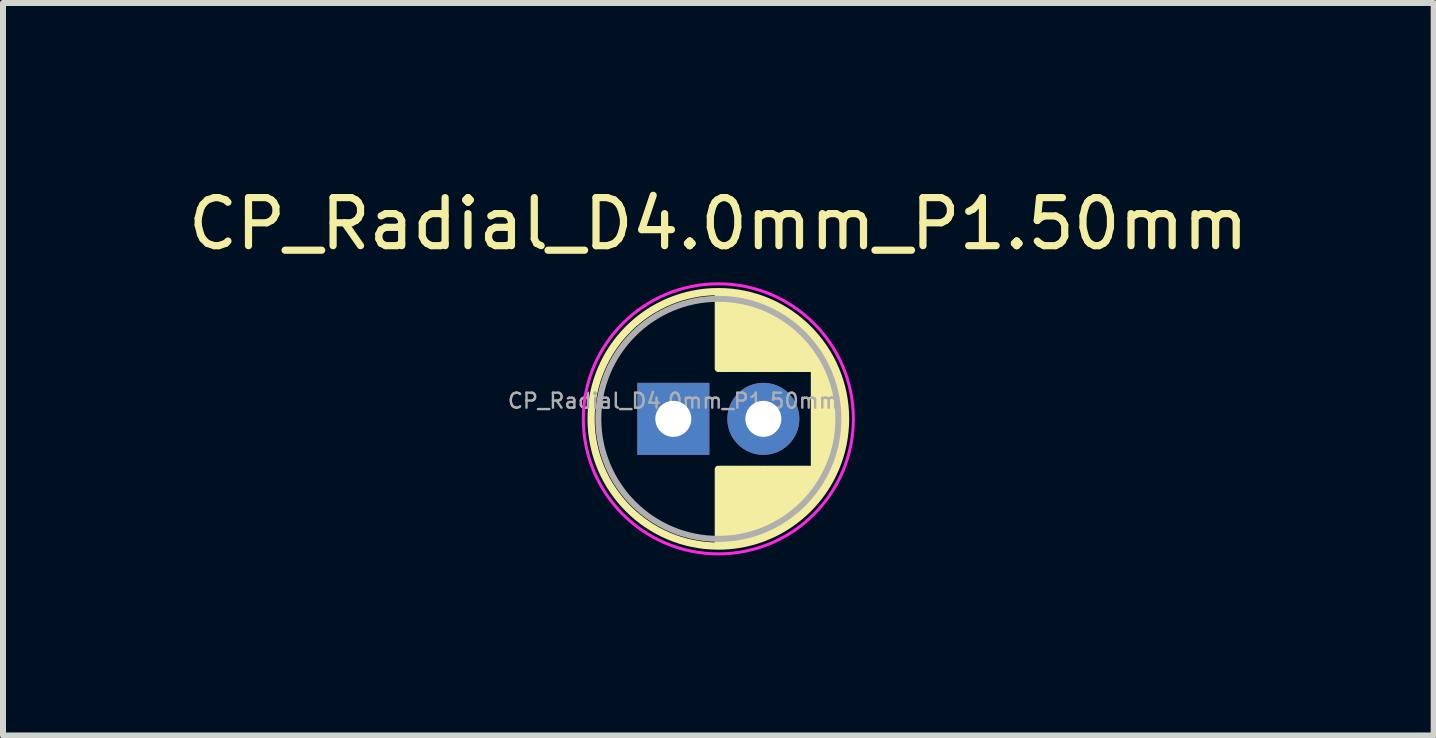
<source format=kicad_pcb>
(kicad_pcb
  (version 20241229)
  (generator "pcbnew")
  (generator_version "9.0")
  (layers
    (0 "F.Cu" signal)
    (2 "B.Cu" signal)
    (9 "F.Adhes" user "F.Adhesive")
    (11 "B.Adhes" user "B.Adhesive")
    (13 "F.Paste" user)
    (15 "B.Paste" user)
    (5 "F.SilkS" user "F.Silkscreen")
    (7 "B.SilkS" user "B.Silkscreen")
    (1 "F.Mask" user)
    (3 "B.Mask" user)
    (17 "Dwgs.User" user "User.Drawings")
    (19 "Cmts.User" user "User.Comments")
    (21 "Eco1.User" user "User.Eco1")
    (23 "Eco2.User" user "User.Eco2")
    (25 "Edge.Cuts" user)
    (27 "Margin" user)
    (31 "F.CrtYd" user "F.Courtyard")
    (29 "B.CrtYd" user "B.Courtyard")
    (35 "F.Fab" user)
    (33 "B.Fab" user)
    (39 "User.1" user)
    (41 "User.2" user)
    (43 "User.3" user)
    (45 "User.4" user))
  (footprint "CP_Radial_D4.0mm_P1.50mm"
    (layer "F.Cu")
    (at 8.169 3.929)
    (property "Reference" "CP_Radial_D4.0mm_P1.50mm" (at 0.75 -3.25 0) (layer "F.SilkS") (effects (font (size 0.8 0.8) (thickness 0.12))))
    (attr through_hole)
    (fp_line (start 0.75 -2.08) (end 0.75 -0.84) (stroke (width 0.12) (type solid)) (layer "F.SilkS"))
    (fp_line (start 0.75 0.84) (end 0.75 2.08) (stroke (width 0.12) (type solid)) (layer "F.SilkS"))
    (fp_line (start 0.79 -2.08) (end 0.79 -0.84) (stroke (width 0.12) (type solid)) (layer "F.SilkS"))
    (fp_line (start 0.79 0.84) (end 0.79 2.08) (stroke (width 0.12) (type solid)) (layer "F.SilkS"))
    (fp_line (start 0.83 -2.079) (end 0.83 -0.84) (stroke (width 0.12) (type solid)) (layer "F.SilkS"))
    (fp_line (start 0.83 0.84) (end 0.83 2.079) (stroke (width 0.12) (type solid)) (layer "F.SilkS"))
    (fp_line (start 0.87 -2.077) (end 0.87 -0.84) (stroke (width 0.12) (type solid)) (layer "F.SilkS"))
    (fp_line (start 0.87 0.84) (end 0.87 2.077) (stroke (width 0.12) (type solid)) (layer "F.SilkS"))
    (fp_line (start 0.91 -2.074) (end 0.91 -0.84) (stroke (width 0.12) (type solid)) (layer "F.SilkS"))
    (fp_line (start 0.91 0.84) (end 0.91 2.074) (stroke (width 0.12) (type solid)) (layer "F.SilkS"))
    (fp_line (start 0.95 -2.071) (end 0.95 -0.84) (stroke (width 0.12) (type solid)) (layer "F.SilkS"))
    (fp_line (start 0.95 0.84) (end 0.95 2.071) (stroke (width 0.12) (type solid)) (layer "F.SilkS"))
    (fp_line (start 0.99 -2.067) (end 0.99 -0.84) (stroke (width 0.12) (type solid)) (layer "F.SilkS"))
    (fp_line (start 0.99 0.84) (end 0.99 2.067) (stroke (width 0.12) (type solid)) (layer "F.SilkS"))
    (fp_line (start 1.03 -2.062) (end 1.03 -0.84) (stroke (width 0.12) (type solid)) (layer "F.SilkS"))
    (fp_line (start 1.03 0.84) (end 1.03 2.062) (stroke (width 0.12) (type solid)) (layer "F.SilkS"))
    (fp_line (start 1.07 -2.056) (end 1.07 -0.84) (stroke (width 0.12) (type solid)) (layer "F.SilkS"))
    (fp_line (start 1.07 0.84) (end 1.07 2.056) (stroke (width 0.12) (type solid)) (layer "F.SilkS"))
    (fp_line (start 1.11 -2.05) (end 1.11 -0.84) (stroke (width 0.12) (type solid)) (layer "F.SilkS"))
    (fp_line (start 1.11 0.84) (end 1.11 2.05) (stroke (width 0.12) (type solid)) (layer "F.SilkS"))
    (fp_line (start 1.15 -2.042) (end 1.15 -0.84) (stroke (width 0.12) (type solid)) (layer "F.SilkS"))
    (fp_line (start 1.15 0.84) (end 1.15 2.042) (stroke (width 0.12) (type solid)) (layer "F.SilkS"))
    (fp_line (start 1.19 -2.034) (end 1.19 -0.84) (stroke (width 0.12) (type solid)) (layer "F.SilkS"))
    (fp_line (start 1.19 0.84) (end 1.19 2.034) (stroke (width 0.12) (type solid)) (layer "F.SilkS"))
    (fp_line (start 1.23 -2.025) (end 1.23 -0.84) (stroke (width 0.12) (type solid)) (layer "F.SilkS"))
    (fp_line (start 1.23 0.84) (end 1.23 2.025) (stroke (width 0.12) (type solid)) (layer "F.SilkS"))
    (fp_line (start 1.27 -2.016) (end 1.27 -0.84) (stroke (width 0.12) (type solid)) (layer "F.SilkS"))
    (fp_line (start 1.27 0.84) (end 1.27 2.016) (stroke (width 0.12) (type solid)) (layer "F.SilkS"))
    (fp_line (start 1.31 -2.005) (end 1.31 -0.84) (stroke (width 0.12) (type solid)) (layer "F.SilkS"))
    (fp_line (start 1.31 0.84) (end 1.31 2.005) (stroke (width 0.12) (type solid)) (layer "F.SilkS"))
    (fp_line (start 1.35 -1.994) (end 1.35 -0.84) (stroke (width 0.12) (type solid)) (layer "F.SilkS"))
    (fp_line (start 1.35 0.84) (end 1.35 1.994) (stroke (width 0.12) (type solid)) (layer "F.SilkS"))
    (fp_line (start 1.39 -1.982) (end 1.39 -0.84) (stroke (width 0.12) (type solid)) (layer "F.SilkS"))
    (fp_line (start 1.39 0.84) (end 1.39 1.982) (stroke (width 0.12) (type solid)) (layer "F.SilkS"))
    (fp_line (start 1.43 -1.968) (end 1.43 -0.84) (stroke (width 0.12) (type solid)) (layer "F.SilkS"))
    (fp_line (start 1.43 0.84) (end 1.43 1.968) (stroke (width 0.12) (type solid)) (layer "F.SilkS"))
    (fp_line (start 1.471 -1.954) (end 1.471 -0.84) (stroke (width 0.12) (type solid)) (layer "F.SilkS"))
    (fp_line (start 1.471 0.84) (end 1.471 1.954) (stroke (width 0.12) (type solid)) (layer "F.SilkS"))
    (fp_line (start 1.511 -1.94) (end 1.511 -0.84) (stroke (width 0.12) (type solid)) (layer "F.SilkS"))
    (fp_line (start 1.511 0.84) (end 1.511 1.94) (stroke (width 0.12) (type solid)) (layer "F.SilkS"))
    (fp_line (start 1.551 -1.924) (end 1.551 -0.84) (stroke (width 0.12) (type solid)) (layer "F.SilkS"))
    (fp_line (start 1.551 0.84) (end 1.551 1.924) (stroke (width 0.12) (type solid)) (layer "F.SilkS"))
    (fp_line (start 1.591 -1.907) (end 1.591 -0.84) (stroke (width 0.12) (type solid)) (layer "F.SilkS"))
    (fp_line (start 1.591 0.84) (end 1.591 1.907) (stroke (width 0.12) (type solid)) (layer "F.SilkS"))
    (fp_line (start 1.631 -1.889) (end 1.631 -0.84) (stroke (width 0.12) (type solid)) (layer "F.SilkS"))
    (fp_line (start 1.631 0.84) (end 1.631 1.889) (stroke (width 0.12) (type solid)) (layer "F.SilkS"))
    (fp_line (start 1.671 -1.87) (end 1.671 -0.84) (stroke (width 0.12) (type solid)) (layer "F.SilkS"))
    (fp_line (start 1.671 0.84) (end 1.671 1.87) (stroke (width 0.12) (type solid)) (layer "F.SilkS"))
    (fp_line (start 1.711 -1.851) (end 1.711 -0.84) (stroke (width 0.12) (type solid)) (layer "F.SilkS"))
    (fp_line (start 1.711 0.84) (end 1.711 1.851) (stroke (width 0.12) (type solid)) (layer "F.SilkS"))
    (fp_line (start 1.751 -1.83) (end 1.751 -0.84) (stroke (width 0.12) (type solid)) (layer "F.SilkS"))
    (fp_line (start 1.751 0.84) (end 1.751 1.83) (stroke (width 0.12) (type solid)) (layer "F.SilkS"))
    (fp_line (start 1.791 -1.808) (end 1.791 -0.84) (stroke (width 0.12) (type solid)) (layer "F.SilkS"))
    (fp_line (start 1.791 0.84) (end 1.791 1.808) (stroke (width 0.12) (type solid)) (layer "F.SilkS"))
    (fp_line (start 1.831 -1.785) (end 1.831 -0.84) (stroke (width 0.12) (type solid)) (layer "F.SilkS"))
    (fp_line (start 1.831 0.84) (end 1.831 1.785) (stroke (width 0.12) (type solid)) (layer "F.SilkS"))
    (fp_line (start 1.871 -1.76) (end 1.871 -0.84) (stroke (width 0.12) (type solid)) (layer "F.SilkS"))
    (fp_line (start 1.871 0.84) (end 1.871 1.76) (stroke (width 0.12) (type solid)) (layer "F.SilkS"))
    (fp_line (start 1.911 -1.735) (end 1.911 -0.84) (stroke (width 0.12) (type solid)) (layer "F.SilkS"))
    (fp_line (start 1.911 0.84) (end 1.911 1.735) (stroke (width 0.12) (type solid)) (layer "F.SilkS"))
    (fp_line (start 1.951 -1.708) (end 1.951 -0.84) (stroke (width 0.12) (type solid)) (layer "F.SilkS"))
    (fp_line (start 1.951 0.84) (end 1.951 1.708) (stroke (width 0.12) (type solid)) (layer "F.SilkS"))
    (fp_line (start 1.991 -1.68) (end 1.991 -0.84) (stroke (width 0.12) (type solid)) (layer "F.SilkS"))
    (fp_line (start 1.991 0.84) (end 1.991 1.68) (stroke (width 0.12) (type solid)) (layer "F.SilkS"))
    (fp_line (start 2.031 -1.65) (end 2.031 -0.84) (stroke (width 0.12) (type solid)) (layer "F.SilkS"))
    (fp_line (start 2.031 0.84) (end 2.031 1.65) (stroke (width 0.12) (type solid)) (layer "F.SilkS"))
    (fp_line (start 2.071 -1.619) (end 2.071 -0.84) (stroke (width 0.12) (type solid)) (layer "F.SilkS"))
    (fp_line (start 2.071 0.84) (end 2.071 1.619) (stroke (width 0.12) (type solid)) (layer "F.SilkS"))
    (fp_line (start 2.111 -1.587) (end 2.111 -0.84) (stroke (width 0.12) (type solid)) (layer "F.SilkS"))
    (fp_line (start 2.111 0.84) (end 2.111 1.587) (stroke (width 0.12) (type solid)) (layer "F.SilkS"))
    (fp_line (start 2.151 -1.552) (end 2.151 -0.84) (stroke (width 0.12) (type solid)) (layer "F.SilkS"))
    (fp_line (start 2.151 0.84) (end 2.151 1.552) (stroke (width 0.12) (type solid)) (layer "F.SilkS"))
    (fp_line (start 2.191 -1.516) (end 2.191 -0.84) (stroke (width 0.12) (type solid)) (layer "F.SilkS"))
    (fp_line (start 2.191 0.84) (end 2.191 1.516) (stroke (width 0.12) (type solid)) (layer "F.SilkS"))
    (fp_line (start 2.231 -1.478) (end 2.231 -0.84) (stroke (width 0.12) (type solid)) (layer "F.SilkS"))
    (fp_line (start 2.231 0.84) (end 2.231 1.478) (stroke (width 0.12) (type solid)) (layer "F.SilkS"))
    (fp_line (start 2.271 -1.438) (end 2.271 -0.84) (stroke (width 0.12) (type solid)) (layer "F.SilkS"))
    (fp_line (start 2.271 0.84) (end 2.271 1.438) (stroke (width 0.12) (type solid)) (layer "F.SilkS"))
    (fp_line (start 2.311 -1.396) (end 2.311 -0.84) (stroke (width 0.12) (type solid)) (layer "F.SilkS"))
    (fp_line (start 2.311 0.84) (end 2.311 1.396) (stroke (width 0.12) (type solid)) (layer "F.SilkS"))
    (fp_line (start 2.351 -1.351) (end 2.351 1.351) (stroke (width 0.12) (type solid)) (layer "F.SilkS"))
    (fp_line (start 2.391 -1.304) (end 2.391 1.304) (stroke (width 0.12) (type solid)) (layer "F.SilkS"))
    (fp_line (start 2.431 -1.254) (end 2.431 1.254) (stroke (width 0.12) (type solid)) (layer "F.SilkS"))
    (fp_line (start 2.471 -1.2) (end 2.471 1.2) (stroke (width 0.12) (type solid)) (layer "F.SilkS"))
    (fp_line (start 2.511 -1.142) (end 2.511 1.142) (stroke (width 0.12) (type solid)) (layer "F.SilkS"))
    (fp_line (start 2.551 -1.08) (end 2.551 1.08) (stroke (width 0.12) (type solid)) (layer "F.SilkS"))
    (fp_line (start 2.591 -1.013) (end 2.591 1.013) (stroke (width 0.12) (type solid)) (layer "F.SilkS"))
    (fp_line (start 2.631 -0.94) (end 2.631 0.94) (stroke (width 0.12) (type solid)) (layer "F.SilkS"))
    (fp_line (start 2.671 -0.859) (end 2.671 0.859) (stroke (width 0.12) (type solid)) (layer "F.SilkS"))
    (fp_line (start 2.711 -0.768) (end 2.711 0.768) (stroke (width 0.12) (type solid)) (layer "F.SilkS"))
    (fp_line (start 2.751 -0.664) (end 2.751 0.664) (stroke (width 0.12) (type solid)) (layer "F.SilkS"))
    (fp_line (start 2.791 -0.537) (end 2.791 0.537) (stroke (width 0.12) (type solid)) (layer "F.SilkS"))
    (fp_line (start 2.831 -0.37) (end 2.831 0.37) (stroke (width 0.12) (type solid)) (layer "F.SilkS"))
    (fp_circle (center 0.75 0) (end 2.87 0) (stroke (width 0.12) (type solid)) (fill no) (layer "F.SilkS"))
    (fp_circle (center 0.75 0) (end 3 0) (stroke (width 0.05) (type solid)) (fill no) (layer "F.CrtYd"))
    (fp_circle (center 0.75 0) (end 2.75 0) (stroke (width 0.1) (type solid)) (fill no) (layer "F.Fab"))
    (fp_text user "${REFERENCE}" (at 0 -0.3 0) (layer "F.Fab") (effects (font (size 0.25 0.25) (thickness 0.04))))
    (pad "1" thru_hole rect (at 0 0) (size 1.2 1.2) (drill 0.6) (layers "*.Cu" "*.Mask"))
    (pad "2" thru_hole circle (at 1.5 0) (size 1.2 1.2) (drill 0.6) (layers "*.Cu" "*.Mask")))
  (gr_rect
    (start -3 -3)
    (end 20.838 9.204)
    (stroke (width 0.1) (type default))
    (fill no)
    (layer "Edge.Cuts")))
</source>
